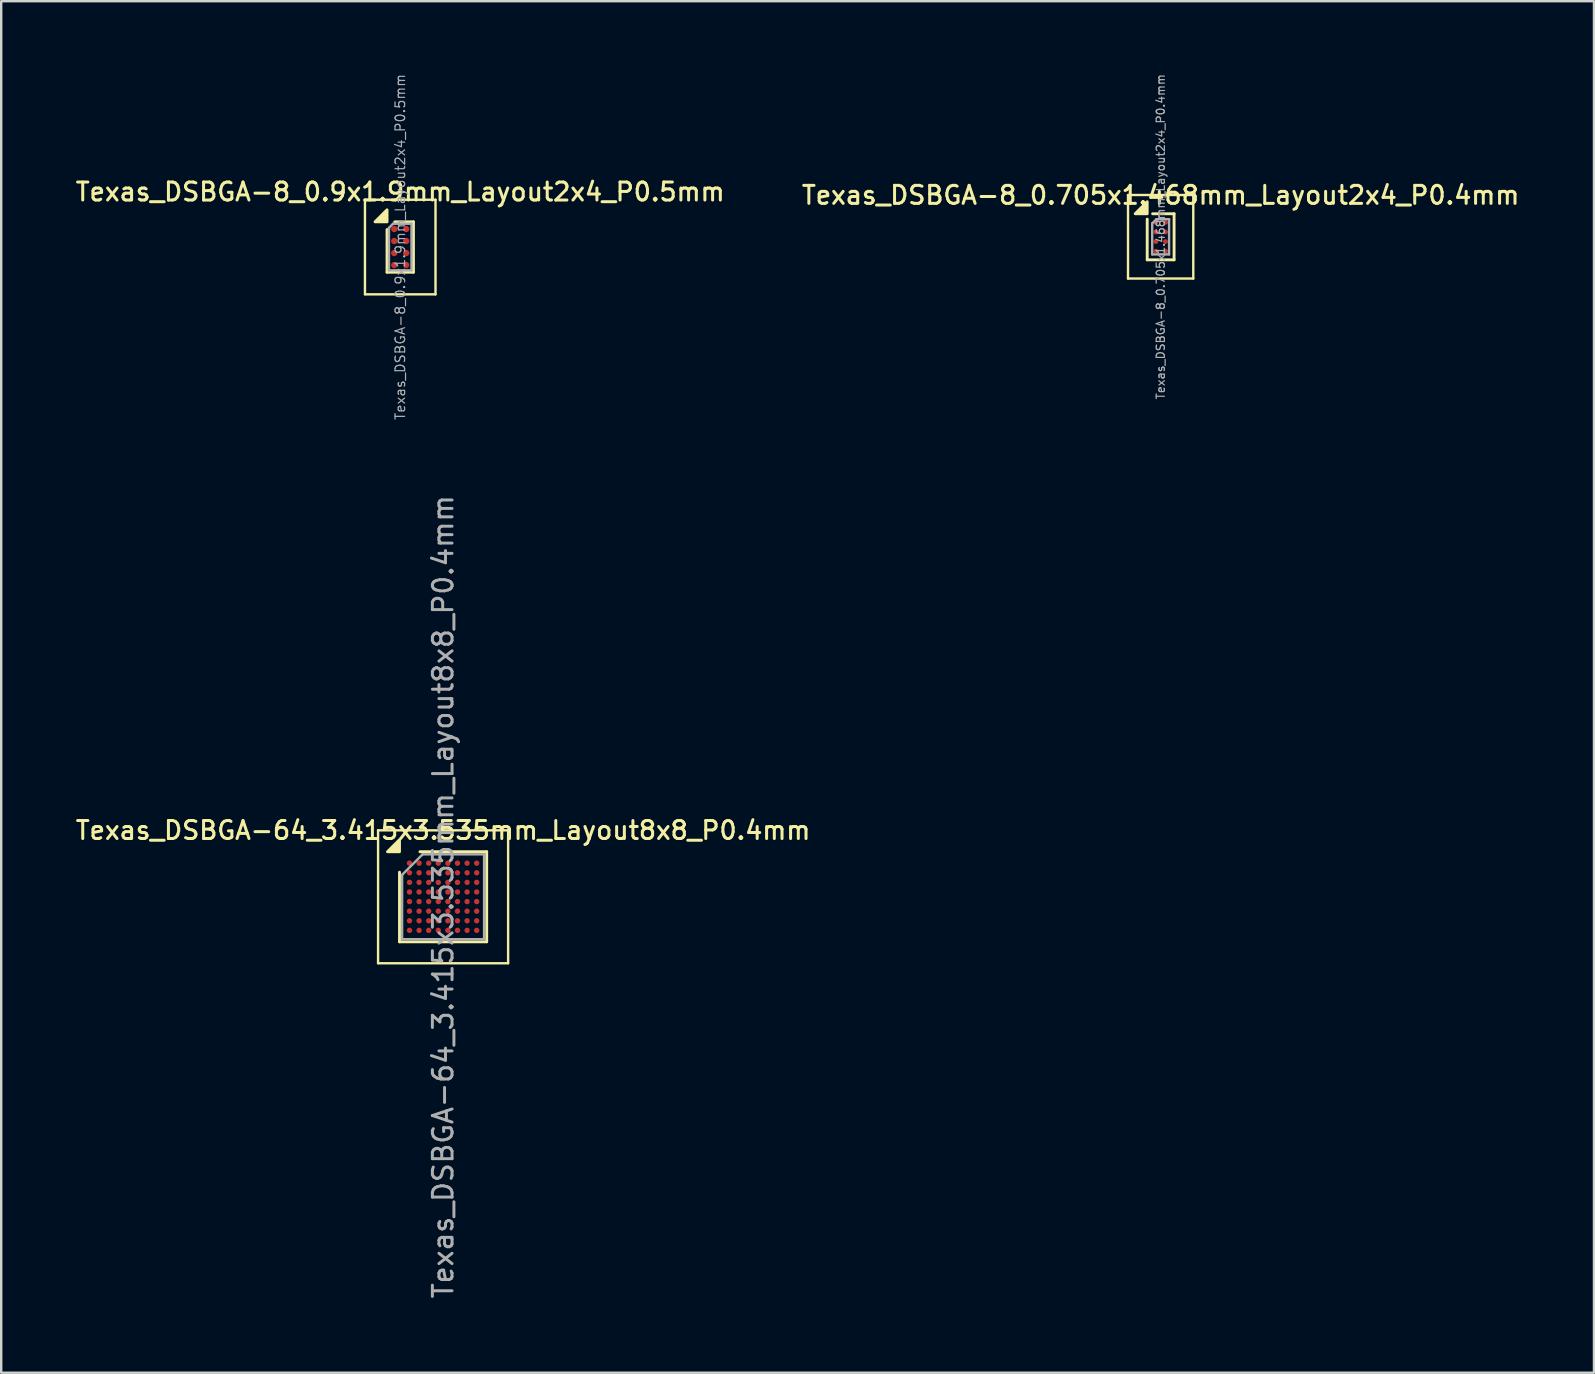
<source format=kicad_pcb>
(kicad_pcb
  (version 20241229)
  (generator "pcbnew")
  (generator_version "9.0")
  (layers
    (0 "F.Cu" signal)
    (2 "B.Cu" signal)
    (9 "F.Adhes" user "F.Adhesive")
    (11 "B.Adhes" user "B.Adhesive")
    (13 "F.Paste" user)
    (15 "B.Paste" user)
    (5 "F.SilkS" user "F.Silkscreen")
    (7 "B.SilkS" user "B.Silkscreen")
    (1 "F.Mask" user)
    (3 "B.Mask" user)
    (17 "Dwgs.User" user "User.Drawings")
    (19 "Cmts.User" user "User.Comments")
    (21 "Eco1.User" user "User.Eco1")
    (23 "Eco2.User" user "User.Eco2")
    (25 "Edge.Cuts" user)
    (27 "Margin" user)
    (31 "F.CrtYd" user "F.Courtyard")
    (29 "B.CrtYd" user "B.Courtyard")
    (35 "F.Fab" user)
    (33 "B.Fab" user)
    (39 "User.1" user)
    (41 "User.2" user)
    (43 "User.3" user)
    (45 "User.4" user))
  (footprint "Texas_DSBGA-64_3.415x3.535mm_Layout8x8_P0.4mm"
    (layer "F.Cu")
    (at 15.416 34.323)
    (property "Reference" "Texas_DSBGA-64_3.415x3.535mm_Layout8x8_P0.4mm" (at 0 -2.768 0) (layer "F.SilkS") (effects (font (size 0.75 0.75) (thickness 0.125))))
    (attr smd)
    (fp_line (start -2.71 -2.77) (end -2.71 2.77) (stroke (width 0.1) (type solid)) (layer "F.SilkS"))
    (fp_line (start -2.71 2.77) (end 2.71 2.77) (stroke (width 0.1) (type solid)) (layer "F.SilkS"))
    (fp_line (start -1.817 1.877) (end -1.817 -1.024) (stroke (width 0.12) (type solid)) (layer "F.SilkS"))
    (fp_line (start -0.964 -1.877) (end 1.817 -1.877) (stroke (width 0.12) (type solid)) (layer "F.SilkS"))
    (fp_line (start 1.817 -1.877) (end 1.817 1.877) (stroke (width 0.12) (type solid)) (layer "F.SilkS"))
    (fp_line (start 1.817 1.877) (end -1.817 1.877) (stroke (width 0.12) (type solid)) (layer "F.SilkS"))
    (fp_line (start 2.71 -2.77) (end -2.71 -2.77) (stroke (width 0.1) (type solid)) (layer "F.SilkS"))
    (fp_line (start 2.71 2.77) (end 2.71 -2.77) (stroke (width 0.1) (type solid)) (layer "F.SilkS"))
    (fp_poly (pts (xy -1.817 -1.877) (xy -2.317 -1.877) (xy -1.817 -2.377) (xy -1.817 -1.877)) (stroke (width 0.12) (type solid)) (fill yes) (layer "F.SilkS"))
    (fp_line (start -1.708 -0.914) (end -0.854 -1.768) (stroke (width 0.1) (type solid)) (layer "F.Fab"))
    (fp_line (start -1.708 1.768) (end -1.708 -0.914) (stroke (width 0.1) (type solid)) (layer "F.Fab"))
    (fp_line (start -0.854 -1.768) (end 1.708 -1.768) (stroke (width 0.1) (type solid)) (layer "F.Fab"))
    (fp_line (start 1.708 -1.768) (end 1.708 1.768) (stroke (width 0.1) (type solid)) (layer "F.Fab"))
    (fp_line (start 1.708 1.768) (end -1.708 1.768) (stroke (width 0.1) (type solid)) (layer "F.Fab"))
    (fp_text user "${REFERENCE}" (at 0 0 270) (layer "F.Fab") (effects (font (size 0.82 0.82) (thickness 0.123))))
    (pad "A1" smd circle (at -1.4 -1.4) (size 0.225 0.225) (property pad_prop_bga) (layers "F.Cu" "F.Mask" "F.Paste"))
    (pad "A2" smd circle (at -1 -1.4) (size 0.225 0.225) (property pad_prop_bga) (layers "F.Cu" "F.Mask" "F.Paste"))
    (pad "A3" smd circle (at -0.6 -1.4) (size 0.225 0.225) (property pad_prop_bga) (layers "F.Cu" "F.Mask" "F.Paste"))
    (pad "A4" smd circle (at -0.2 -1.4) (size 0.225 0.225) (property pad_prop_bga) (layers "F.Cu" "F.Mask" "F.Paste"))
    (pad "A5" smd circle (at 0.2 -1.4) (size 0.225 0.225) (property pad_prop_bga) (layers "F.Cu" "F.Mask" "F.Paste"))
    (pad "A6" smd circle (at 0.6 -1.4) (size 0.225 0.225) (property pad_prop_bga) (layers "F.Cu" "F.Mask" "F.Paste"))
    (pad "A7" smd circle (at 1 -1.4) (size 0.225 0.225) (property pad_prop_bga) (layers "F.Cu" "F.Mask" "F.Paste"))
    (pad "A8" smd circle (at 1.4 -1.4) (size 0.225 0.225) (property pad_prop_bga) (layers "F.Cu" "F.Mask" "F.Paste"))
    (pad "B1" smd circle (at -1.4 -1) (size 0.225 0.225) (property pad_prop_bga) (layers "F.Cu" "F.Mask" "F.Paste"))
    (pad "B2" smd circle (at -1 -1) (size 0.225 0.225) (property pad_prop_bga) (layers "F.Cu" "F.Mask" "F.Paste"))
    (pad "B3" smd circle (at -0.6 -1) (size 0.225 0.225) (property pad_prop_bga) (layers "F.Cu" "F.Mask" "F.Paste"))
    (pad "B4" smd circle (at -0.2 -1) (size 0.225 0.225) (property pad_prop_bga) (layers "F.Cu" "F.Mask" "F.Paste"))
    (pad "B5" smd circle (at 0.2 -1) (size 0.225 0.225) (property pad_prop_bga) (layers "F.Cu" "F.Mask" "F.Paste"))
    (pad "B6" smd circle (at 0.6 -1) (size 0.225 0.225) (property pad_prop_bga) (layers "F.Cu" "F.Mask" "F.Paste"))
    (pad "B7" smd circle (at 1 -1) (size 0.225 0.225) (property pad_prop_bga) (layers "F.Cu" "F.Mask" "F.Paste"))
    (pad "B8" smd circle (at 1.4 -1) (size 0.225 0.225) (property pad_prop_bga) (layers "F.Cu" "F.Mask" "F.Paste"))
    (pad "C1" smd circle (at -1.4 -0.6) (size 0.225 0.225) (property pad_prop_bga) (layers "F.Cu" "F.Mask" "F.Paste"))
    (pad "C2" smd circle (at -1 -0.6) (size 0.225 0.225) (property pad_prop_bga) (layers "F.Cu" "F.Mask" "F.Paste"))
    (pad "C3" smd circle (at -0.6 -0.6) (size 0.225 0.225) (property pad_prop_bga) (layers "F.Cu" "F.Mask" "F.Paste"))
    (pad "C4" smd circle (at -0.2 -0.6) (size 0.225 0.225) (property pad_prop_bga) (layers "F.Cu" "F.Mask" "F.Paste"))
    (pad "C5" smd circle (at 0.2 -0.6) (size 0.225 0.225) (property pad_prop_bga) (layers "F.Cu" "F.Mask" "F.Paste"))
    (pad "C6" smd circle (at 0.6 -0.6) (size 0.225 0.225) (property pad_prop_bga) (layers "F.Cu" "F.Mask" "F.Paste"))
    (pad "C7" smd circle (at 1 -0.6) (size 0.225 0.225) (property pad_prop_bga) (layers "F.Cu" "F.Mask" "F.Paste"))
    (pad "C8" smd circle (at 1.4 -0.6) (size 0.225 0.225) (property pad_prop_bga) (layers "F.Cu" "F.Mask" "F.Paste"))
    (pad "D1" smd circle (at -1.4 -0.2) (size 0.225 0.225) (property pad_prop_bga) (layers "F.Cu" "F.Mask" "F.Paste"))
    (pad "D2" smd circle (at -1 -0.2) (size 0.225 0.225) (property pad_prop_bga) (layers "F.Cu" "F.Mask" "F.Paste"))
    (pad "D3" smd circle (at -0.6 -0.2) (size 0.225 0.225) (property pad_prop_bga) (layers "F.Cu" "F.Mask" "F.Paste"))
    (pad "D4" smd circle (at -0.2 -0.2) (size 0.225 0.225) (property pad_prop_bga) (layers "F.Cu" "F.Mask" "F.Paste"))
    (pad "D5" smd circle (at 0.2 -0.2) (size 0.225 0.225) (property pad_prop_bga) (layers "F.Cu" "F.Mask" "F.Paste"))
    (pad "D6" smd circle (at 0.6 -0.2) (size 0.225 0.225) (property pad_prop_bga) (layers "F.Cu" "F.Mask" "F.Paste"))
    (pad "D7" smd circle (at 1 -0.2) (size 0.225 0.225) (property pad_prop_bga) (layers "F.Cu" "F.Mask" "F.Paste"))
    (pad "D8" smd circle (at 1.4 -0.2) (size 0.225 0.225) (property pad_prop_bga) (layers "F.Cu" "F.Mask" "F.Paste"))
    (pad "E1" smd circle (at -1.4 0.2) (size 0.225 0.225) (property pad_prop_bga) (layers "F.Cu" "F.Mask" "F.Paste"))
    (pad "E2" smd circle (at -1 0.2) (size 0.225 0.225) (property pad_prop_bga) (layers "F.Cu" "F.Mask" "F.Paste"))
    (pad "E3" smd circle (at -0.6 0.2) (size 0.225 0.225) (property pad_prop_bga) (layers "F.Cu" "F.Mask" "F.Paste"))
    (pad "E4" smd circle (at -0.2 0.2) (size 0.225 0.225) (property pad_prop_bga) (layers "F.Cu" "F.Mask" "F.Paste"))
    (pad "E5" smd circle (at 0.2 0.2) (size 0.225 0.225) (property pad_prop_bga) (layers "F.Cu" "F.Mask" "F.Paste"))
    (pad "E6" smd circle (at 0.6 0.2) (size 0.225 0.225) (property pad_prop_bga) (layers "F.Cu" "F.Mask" "F.Paste"))
    (pad "E7" smd circle (at 1 0.2) (size 0.225 0.225) (property pad_prop_bga) (layers "F.Cu" "F.Mask" "F.Paste"))
    (pad "E8" smd circle (at 1.4 0.2) (size 0.225 0.225) (property pad_prop_bga) (layers "F.Cu" "F.Mask" "F.Paste"))
    (pad "F1" smd circle (at -1.4 0.6) (size 0.225 0.225) (property pad_prop_bga) (layers "F.Cu" "F.Mask" "F.Paste"))
    (pad "F2" smd circle (at -1 0.6) (size 0.225 0.225) (property pad_prop_bga) (layers "F.Cu" "F.Mask" "F.Paste"))
    (pad "F3" smd circle (at -0.6 0.6) (size 0.225 0.225) (property pad_prop_bga) (layers "F.Cu" "F.Mask" "F.Paste"))
    (pad "F4" smd circle (at -0.2 0.6) (size 0.225 0.225) (property pad_prop_bga) (layers "F.Cu" "F.Mask" "F.Paste"))
    (pad "F5" smd circle (at 0.2 0.6) (size 0.225 0.225) (property pad_prop_bga) (layers "F.Cu" "F.Mask" "F.Paste"))
    (pad "F6" smd circle (at 0.6 0.6) (size 0.225 0.225) (property pad_prop_bga) (layers "F.Cu" "F.Mask" "F.Paste"))
    (pad "F7" smd circle (at 1 0.6) (size 0.225 0.225) (property pad_prop_bga) (layers "F.Cu" "F.Mask" "F.Paste"))
    (pad "F8" smd circle (at 1.4 0.6) (size 0.225 0.225) (property pad_prop_bga) (layers "F.Cu" "F.Mask" "F.Paste"))
    (pad "G1" smd circle (at -1.4 1) (size 0.225 0.225) (property pad_prop_bga) (layers "F.Cu" "F.Mask" "F.Paste"))
    (pad "G2" smd circle (at -1 1) (size 0.225 0.225) (property pad_prop_bga) (layers "F.Cu" "F.Mask" "F.Paste"))
    (pad "G3" smd circle (at -0.6 1) (size 0.225 0.225) (property pad_prop_bga) (layers "F.Cu" "F.Mask" "F.Paste"))
    (pad "G4" smd circle (at -0.2 1) (size 0.225 0.225) (property pad_prop_bga) (layers "F.Cu" "F.Mask" "F.Paste"))
    (pad "G5" smd circle (at 0.2 1) (size 0.225 0.225) (property pad_prop_bga) (layers "F.Cu" "F.Mask" "F.Paste"))
    (pad "G6" smd circle (at 0.6 1) (size 0.225 0.225) (property pad_prop_bga) (layers "F.Cu" "F.Mask" "F.Paste"))
    (pad "G7" smd circle (at 1 1) (size 0.225 0.225) (property pad_prop_bga) (layers "F.Cu" "F.Mask" "F.Paste"))
    (pad "G8" smd circle (at 1.4 1) (size 0.225 0.225) (property pad_prop_bga) (layers "F.Cu" "F.Mask" "F.Paste"))
    (pad "H1" smd circle (at -1.4 1.4) (size 0.225 0.225) (property pad_prop_bga) (layers "F.Cu" "F.Mask" "F.Paste"))
    (pad "H2" smd circle (at -1 1.4) (size 0.225 0.225) (property pad_prop_bga) (layers "F.Cu" "F.Mask" "F.Paste"))
    (pad "H3" smd circle (at -0.6 1.4) (size 0.225 0.225) (property pad_prop_bga) (layers "F.Cu" "F.Mask" "F.Paste"))
    (pad "H4" smd circle (at -0.2 1.4) (size 0.225 0.225) (property pad_prop_bga) (layers "F.Cu" "F.Mask" "F.Paste"))
    (pad "H5" smd circle (at 0.2 1.4) (size 0.225 0.225) (property pad_prop_bga) (layers "F.Cu" "F.Mask" "F.Paste"))
    (pad "H6" smd circle (at 0.6 1.4) (size 0.225 0.225) (property pad_prop_bga) (layers "F.Cu" "F.Mask" "F.Paste"))
    (pad "H7" smd circle (at 1 1.4) (size 0.225 0.225) (property pad_prop_bga) (layers "F.Cu" "F.Mask" "F.Paste"))
    (pad "H8" smd circle (at 1.4 1.4) (size 0.225 0.225) (property pad_prop_bga) (layers "F.Cu" "F.Mask" "F.Paste")))
  (footprint "Texas_DSBGA-8_0.9x1.9mm_Layout2x4_P0.5mm"
    (layer "F.Cu")
    (at 13.63 7.245)
    (property "Reference" "Texas_DSBGA-8_0.9x1.9mm_Layout2x4_P0.5mm" (at 0 -2.3 0) (layer "F.SilkS") (effects (font (size 0.75 0.75) (thickness 0.125))))
    (attr smd)
    (fp_line (start -1.47 -1.97) (end -1.47 1.97) (stroke (width 0.1) (type solid)) (layer "F.SilkS"))
    (fp_line (start -1.47 1.97) (end 1.47 1.97) (stroke (width 0.1) (type solid)) (layer "F.SilkS"))
    (fp_line (start -0.55 -0.73) (end -0.55 1.05) (stroke (width 0.12) (type solid)) (layer "F.SilkS"))
    (fp_line (start -0.55 1.05) (end 0.55 1.05) (stroke (width 0.12) (type solid)) (layer "F.SilkS"))
    (fp_line (start 0.55 -1.05) (end -0.23 -1.05) (stroke (width 0.12) (type solid)) (layer "F.SilkS"))
    (fp_line (start 0.55 -1.05) (end 0.55 1.05) (stroke (width 0.12) (type solid)) (layer "F.SilkS"))
    (fp_line (start 1.47 -1.97) (end -1.47 -1.97) (stroke (width 0.1) (type solid)) (layer "F.SilkS"))
    (fp_line (start 1.47 1.97) (end 1.47 -1.97) (stroke (width 0.1) (type solid)) (layer "F.SilkS"))
    (fp_poly (pts (xy -0.55 -1.05) (xy -1.05 -1.05) (xy -0.55 -1.55) (xy -0.55 -1.05)) (stroke (width 0.12) (type solid)) (fill yes) (layer "F.SilkS"))
    (fp_line (start -0.47 -0.8) (end -0.47 0.97) (stroke (width 0.1) (type solid)) (layer "F.Fab"))
    (fp_line (start -0.47 -0.8) (end -0.3 -0.97) (stroke (width 0.1) (type solid)) (layer "F.Fab"))
    (fp_line (start -0.47 0.97) (end 0.47 0.97) (stroke (width 0.1) (type solid)) (layer "F.Fab"))
    (fp_line (start 0.47 -0.97) (end -0.3 -0.97) (stroke (width 0.1) (type solid)) (layer "F.Fab"))
    (fp_line (start 0.47 0.97) (end 0.47 -0.97) (stroke (width 0.1) (type solid)) (layer "F.Fab"))
    (fp_text user "${REFERENCE}" (at 0 0 90) (layer "F.Fab") (effects (font (size 0.4 0.4) (thickness 0.05))))
    (pad "" smd rect (at -0.25 -0.75) (size 0.3 0.3) (layers "F.Paste"))
    (pad "" smd rect (at -0.25 -0.25) (size 0.3 0.3) (layers "F.Paste"))
    (pad "" smd rect (at -0.25 0.25) (size 0.3 0.3) (layers "F.Paste"))
    (pad "" smd rect (at -0.25 0.75) (size 0.3 0.3) (layers "F.Paste"))
    (pad "" smd rect (at 0.25 -0.75) (size 0.3 0.3) (layers "F.Paste"))
    (pad "" smd rect (at 0.25 -0.25) (size 0.3 0.3) (layers "F.Paste"))
    (pad "" smd rect (at 0.25 0.25) (size 0.3 0.3) (layers "F.Paste"))
    (pad "" smd rect (at 0.25 0.75) (size 0.3 0.3) (layers "F.Paste"))
    (pad "A1" smd circle (at -0.25 -0.75) (size 0.265 0.265) (property pad_prop_bga) (layers "F.Cu" "F.Mask"))
    (pad "A2" smd circle (at 0.25 -0.75) (size 0.265 0.265) (property pad_prop_bga) (layers "F.Cu" "F.Mask"))
    (pad "B1" smd circle (at -0.25 -0.25) (size 0.265 0.265) (property pad_prop_bga) (layers "F.Cu" "F.Mask"))
    (pad "B2" smd circle (at 0.25 -0.25) (size 0.265 0.265) (property pad_prop_bga) (layers "F.Cu" "F.Mask"))
    (pad "C1" smd circle (at -0.25 0.25) (size 0.265 0.265) (property pad_prop_bga) (layers "F.Cu" "F.Mask"))
    (pad "C2" smd circle (at 0.25 0.25) (size 0.265 0.265) (property pad_prop_bga) (layers "F.Cu" "F.Mask"))
    (pad "D1" smd circle (at -0.25 0.75) (size 0.265 0.265) (property pad_prop_bga) (layers "F.Cu" "F.Mask"))
    (pad "D2" smd circle (at 0.25 0.75) (size 0.265 0.265) (property pad_prop_bga) (layers "F.Cu" "F.Mask")))
  (footprint "Texas_DSBGA-8_0.705x1.468mm_Layout2x4_P0.4mm"
    (layer "F.Cu")
    (at 45.32 6.818)
    (property "Reference" "Texas_DSBGA-8_0.705x1.468mm_Layout2x4_P0.4mm" (at 0 -1.734 0) (layer "F.SilkS") (effects (font (size 0.75 0.75) (thickness 0.125))))
    (attr smd)
    (fp_line (start -1.36 -1.74) (end -1.36 1.74) (stroke (width 0.1) (type solid)) (layer "F.SilkS"))
    (fp_line (start -1.36 1.74) (end 1.36 1.74) (stroke (width 0.1) (type solid)) (layer "F.SilkS"))
    (fp_line (start -0.56 0.96) (end -0.56 -0.735) (stroke (width 0.12) (type solid)) (layer "F.SilkS"))
    (fp_line (start -0.335 -0.96) (end 0.56 -0.96) (stroke (width 0.12) (type solid)) (layer "F.SilkS"))
    (fp_line (start 0.56 -0.96) (end 0.56 0.96) (stroke (width 0.12) (type solid)) (layer "F.SilkS"))
    (fp_line (start 0.56 0.96) (end -0.56 0.96) (stroke (width 0.12) (type solid)) (layer "F.SilkS"))
    (fp_line (start 1.36 -1.74) (end -1.36 -1.74) (stroke (width 0.1) (type solid)) (layer "F.SilkS"))
    (fp_line (start 1.36 1.74) (end 1.36 -1.74) (stroke (width 0.1) (type solid)) (layer "F.SilkS"))
    (fp_poly (pts (xy -0.56 -0.96) (xy -1.06 -0.96) (xy -0.56 -1.46) (xy -0.56 -0.96)) (stroke (width 0.12) (type solid)) (fill yes) (layer "F.SilkS"))
    (fp_line (start -0.352 -0.558) (end -0.176 -0.734) (stroke (width 0.1) (type solid)) (layer "F.Fab"))
    (fp_line (start -0.352 0.734) (end -0.352 -0.558) (stroke (width 0.1) (type solid)) (layer "F.Fab"))
    (fp_line (start -0.176 -0.734) (end 0.352 -0.734) (stroke (width 0.1) (type solid)) (layer "F.Fab"))
    (fp_line (start 0.352 -0.734) (end 0.352 0.734) (stroke (width 0.1) (type solid)) (layer "F.Fab"))
    (fp_line (start 0.352 0.734) (end -0.352 0.734) (stroke (width 0.1) (type solid)) (layer "F.Fab"))
    (fp_text user "${REFERENCE}" (at 0 0 270) (layer "F.Fab") (effects (font (size 0.34 0.34) (thickness 0.051))))
    (pad "A1" smd circle (at -0.2 -0.6) (size 0.2 0.2) (property pad_prop_bga) (layers "F.Cu" "F.Mask" "F.Paste"))
    (pad "A2" smd circle (at 0.2 -0.6) (size 0.2 0.2) (property pad_prop_bga) (layers "F.Cu" "F.Mask" "F.Paste"))
    (pad "B1" smd circle (at -0.2 -0.2) (size 0.2 0.2) (property pad_prop_bga) (layers "F.Cu" "F.Mask" "F.Paste"))
    (pad "B2" smd circle (at 0.2 -0.2) (size 0.2 0.2) (property pad_prop_bga) (layers "F.Cu" "F.Mask" "F.Paste"))
    (pad "C1" smd circle (at -0.2 0.2) (size 0.2 0.2) (property pad_prop_bga) (layers "F.Cu" "F.Mask" "F.Paste"))
    (pad "C2" smd circle (at 0.2 0.2) (size 0.2 0.2) (property pad_prop_bga) (layers "F.Cu" "F.Mask" "F.Paste"))
    (pad "D1" smd circle (at -0.2 0.6) (size 0.2 0.2) (property pad_prop_bga) (layers "F.Cu" "F.Mask" "F.Paste"))
    (pad "D2" smd circle (at 0.2 0.6) (size 0.2 0.2) (property pad_prop_bga) (layers "F.Cu" "F.Mask" "F.Paste")))
  (gr_rect
    (start -3 -3)
    (end 63.379 54.158)
    (stroke (width 0.1) (type default))
    (fill no)
    (layer "Edge.Cuts")))
</source>
